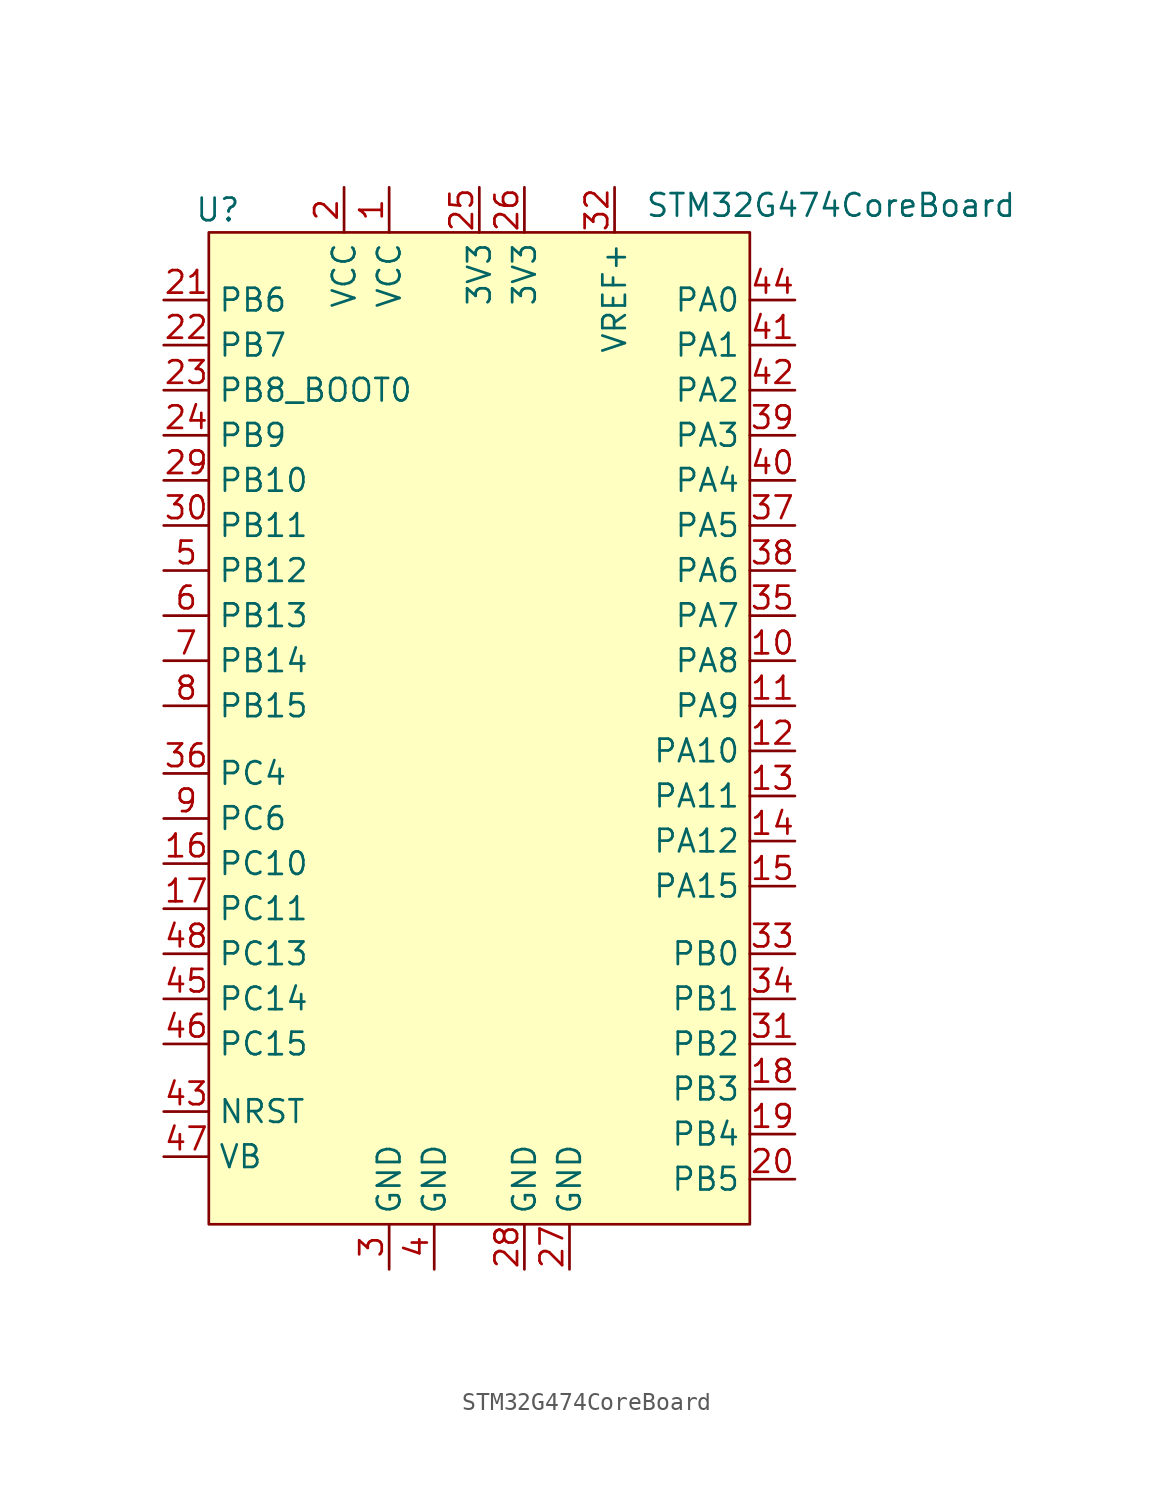
<source format=kicad_sym>
(kicad_symbol_lib
  (version 20231120)
  (generator "kicad_symbol_editor")
  (generator_version "8.0")
  (symbol "STM32G474CoreBoard"
    (property "Reference" "U"
      (at -14.732 27.94 0)
      (effects (font (size 1.27 1.27))))
    (property "Value" "STM32G474CoreBoard"
      (at 19.812 28.194 0)
      (effects (font (size 1.27 1.27))))
    (symbol "STM32G474CoreBoard_1_1"
      (rectangle (start -15.24 26.67) (end 15.24 -29.21) (stroke (width 0) (type default)) (fill (type background)))
      (pin power_in line (at -5.08 29.21 270) (length 2.54) (name "VCC" (effects (font (size 1.27 1.27)))) (number "1" (effects (font (size 1.27 1.27)))))
      (pin bidirectional line (at 17.78 2.54 180) (length 2.54) (name "PA8" (effects (font (size 1.27 1.27)))) (number "10" (effects (font (size 1.27 1.27)))))
      (pin bidirectional line (at 17.78 0 180) (length 2.54) (name "PA9" (effects (font (size 1.27 1.27)))) (number "11" (effects (font (size 1.27 1.27)))))
      (pin bidirectional line (at 17.78 -2.54 180) (length 2.54) (name "PA10" (effects (font (size 1.27 1.27)))) (number "12" (effects (font (size 1.27 1.27)))))
      (pin bidirectional line (at 17.78 -5.08 180) (length 2.54) (name "PA11" (effects (font (size 1.27 1.27)))) (number "13" (effects (font (size 1.27 1.27)))))
      (pin bidirectional line (at 17.78 -7.62 180) (length 2.54) (name "PA12" (effects (font (size 1.27 1.27)))) (number "14" (effects (font (size 1.27 1.27)))))
      (pin bidirectional line (at 17.78 -10.16 180) (length 2.54) (name "PA15" (effects (font (size 1.27 1.27)))) (number "15" (effects (font (size 1.27 1.27)))))
      (pin bidirectional line (at -17.78 -8.89 0) (length 2.54) (name "PC10" (effects (font (size 1.27 1.27)))) (number "16" (effects (font (size 1.27 1.27)))))
      (pin bidirectional line (at -17.78 -11.43 0) (length 2.54) (name "PC11" (effects (font (size 1.27 1.27)))) (number "17" (effects (font (size 1.27 1.27)))))
      (pin bidirectional line (at 17.78 -21.59 180) (length 2.54) (name "PB3" (effects (font (size 1.27 1.27)))) (number "18" (effects (font (size 1.27 1.27)))))
      (pin bidirectional line (at 17.78 -24.13 180) (length 2.54) (name "PB4" (effects (font (size 1.27 1.27)))) (number "19" (effects (font (size 1.27 1.27)))))
      (pin power_in line (at -7.62 29.21 270) (length 2.54) (name "VCC" (effects (font (size 1.27 1.27)))) (number "2" (effects (font (size 1.27 1.27)))))
      (pin bidirectional line (at 17.78 -26.67 180) (length 2.54) (name "PB5" (effects (font (size 1.27 1.27)))) (number "20" (effects (font (size 1.27 1.27)))))
      (pin bidirectional line (at -17.78 22.86 0) (length 2.54) (name "PB6" (effects (font (size 1.27 1.27)))) (number "21" (effects (font (size 1.27 1.27)))))
      (pin bidirectional line (at -17.78 20.32 0) (length 2.54) (name "PB7" (effects (font (size 1.27 1.27)))) (number "22" (effects (font (size 1.27 1.27)))))
      (pin bidirectional line (at -17.78 17.78 0) (length 2.54) (name "PB8_BOOT0" (effects (font (size 1.27 1.27)))) (number "23" (effects (font (size 1.27 1.27)))))
      (pin bidirectional line (at -17.78 15.24 0) (length 2.54) (name "PB9" (effects (font (size 1.27 1.27)))) (number "24" (effects (font (size 1.27 1.27)))))
      (pin power_in line (at 0 29.21 270) (length 2.54) (name "3V3" (effects (font (size 1.27 1.27)))) (number "25" (effects (font (size 1.27 1.27)))))
      (pin power_in line (at 2.54 29.21 270) (length 2.54) (name "3V3" (effects (font (size 1.27 1.27)))) (number "26" (effects (font (size 1.27 1.27)))))
      (pin passive line (at 5.08 -31.75 90) (length 2.54) (name "GND" (effects (font (size 1.27 1.27)))) (number "27" (effects (font (size 1.27 1.27)))))
      (pin passive line (at 2.54 -31.75 90) (length 2.54) (name "GND" (effects (font (size 1.27 1.27)))) (number "28" (effects (font (size 1.27 1.27)))))
      (pin bidirectional line (at -17.78 12.7 0) (length 2.54) (name "PB10" (effects (font (size 1.27 1.27)))) (number "29" (effects (font (size 1.27 1.27)))))
      (pin passive line (at -5.08 -31.75 90) (length 2.54) (name "GND" (effects (font (size 1.27 1.27)))) (number "3" (effects (font (size 1.27 1.27)))))
      (pin bidirectional line (at -17.78 10.16 0) (length 2.54) (name "PB11" (effects (font (size 1.27 1.27)))) (number "30" (effects (font (size 1.27 1.27)))))
      (pin bidirectional line (at 17.78 -19.05 180) (length 2.54) (name "PB2" (effects (font (size 1.27 1.27)))) (number "31" (effects (font (size 1.27 1.27)))))
      (pin bidirectional line (at 7.62 29.21 270) (length 2.54) (name "VREF+" (effects (font (size 1.27 1.27)))) (number "32" (effects (font (size 1.27 1.27)))))
      (pin bidirectional line (at 17.78 -13.97 180) (length 2.54) (name "PB0" (effects (font (size 1.27 1.27)))) (number "33" (effects (font (size 1.27 1.27)))))
      (pin bidirectional line (at 17.78 -16.51 180) (length 2.54) (name "PB1" (effects (font (size 1.27 1.27)))) (number "34" (effects (font (size 1.27 1.27)))))
      (pin bidirectional line (at 17.78 5.08 180) (length 2.54) (name "PA7" (effects (font (size 1.27 1.27)))) (number "35" (effects (font (size 1.27 1.27)))))
      (pin bidirectional line (at -17.78 -3.81 0) (length 2.54) (name "PC4" (effects (font (size 1.27 1.27)))) (number "36" (effects (font (size 1.27 1.27)))))
      (pin bidirectional line (at 17.78 10.16 180) (length 2.54) (name "PA5" (effects (font (size 1.27 1.27)))) (number "37" (effects (font (size 1.27 1.27)))))
      (pin bidirectional line (at 17.78 7.62 180) (length 2.54) (name "PA6" (effects (font (size 1.27 1.27)))) (number "38" (effects (font (size 1.27 1.27)))))
      (pin bidirectional line (at 17.78 15.24 180) (length 2.54) (name "PA3" (effects (font (size 1.27 1.27)))) (number "39" (effects (font (size 1.27 1.27)))))
      (pin passive line (at -2.54 -31.75 90) (length 2.54) (name "GND" (effects (font (size 1.27 1.27)))) (number "4" (effects (font (size 1.27 1.27)))))
      (pin bidirectional line (at 17.78 12.7 180) (length 2.54) (name "PA4" (effects (font (size 1.27 1.27)))) (number "40" (effects (font (size 1.27 1.27)))))
      (pin bidirectional line (at 17.78 20.32 180) (length 2.54) (name "PA1" (effects (font (size 1.27 1.27)))) (number "41" (effects (font (size 1.27 1.27)))))
      (pin bidirectional line (at 17.78 17.78 180) (length 2.54) (name "PA2" (effects (font (size 1.27 1.27)))) (number "42" (effects (font (size 1.27 1.27)))))
      (pin bidirectional line (at -17.78 -22.86 0) (length 2.54) (name "NRST" (effects (font (size 1.27 1.27)))) (number "43" (effects (font (size 1.27 1.27)))))
      (pin bidirectional line (at 17.78 22.86 180) (length 2.54) (name "PA0" (effects (font (size 1.27 1.27)))) (number "44" (effects (font (size 1.27 1.27)))))
      (pin bidirectional line (at -17.78 -16.51 0) (length 2.54) (name "PC14" (effects (font (size 1.27 1.27)))) (number "45" (effects (font (size 1.27 1.27)))))
      (pin bidirectional line (at -17.78 -19.05 0) (length 2.54) (name "PC15" (effects (font (size 1.27 1.27)))) (number "46" (effects (font (size 1.27 1.27)))))
      (pin bidirectional line (at -17.78 -25.4 0) (length 2.54) (name "VB" (effects (font (size 1.27 1.27)))) (number "47" (effects (font (size 1.27 1.27)))))
      (pin bidirectional line (at -17.78 -13.97 0) (length 2.54) (name "PC13" (effects (font (size 1.27 1.27)))) (number "48" (effects (font (size 1.27 1.27)))))
      (pin bidirectional line (at -17.78 7.62 0) (length 2.54) (name "PB12" (effects (font (size 1.27 1.27)))) (number "5" (effects (font (size 1.27 1.27)))))
      (pin bidirectional line (at -17.78 5.08 0) (length 2.54) (name "PB13" (effects (font (size 1.27 1.27)))) (number "6" (effects (font (size 1.27 1.27)))))
      (pin bidirectional line (at -17.78 2.54 0) (length 2.54) (name "PB14" (effects (font (size 1.27 1.27)))) (number "7" (effects (font (size 1.27 1.27)))))
      (pin bidirectional line (at -17.78 0 0) (length 2.54) (name "PB15" (effects (font (size 1.27 1.27)))) (number "8" (effects (font (size 1.27 1.27)))))
      (pin bidirectional line (at -17.78 -6.35 0) (length 2.54) (name "PC6" (effects (font (size 1.27 1.27)))) (number "9" (effects (font (size 1.27 1.27))))))))
</source>
